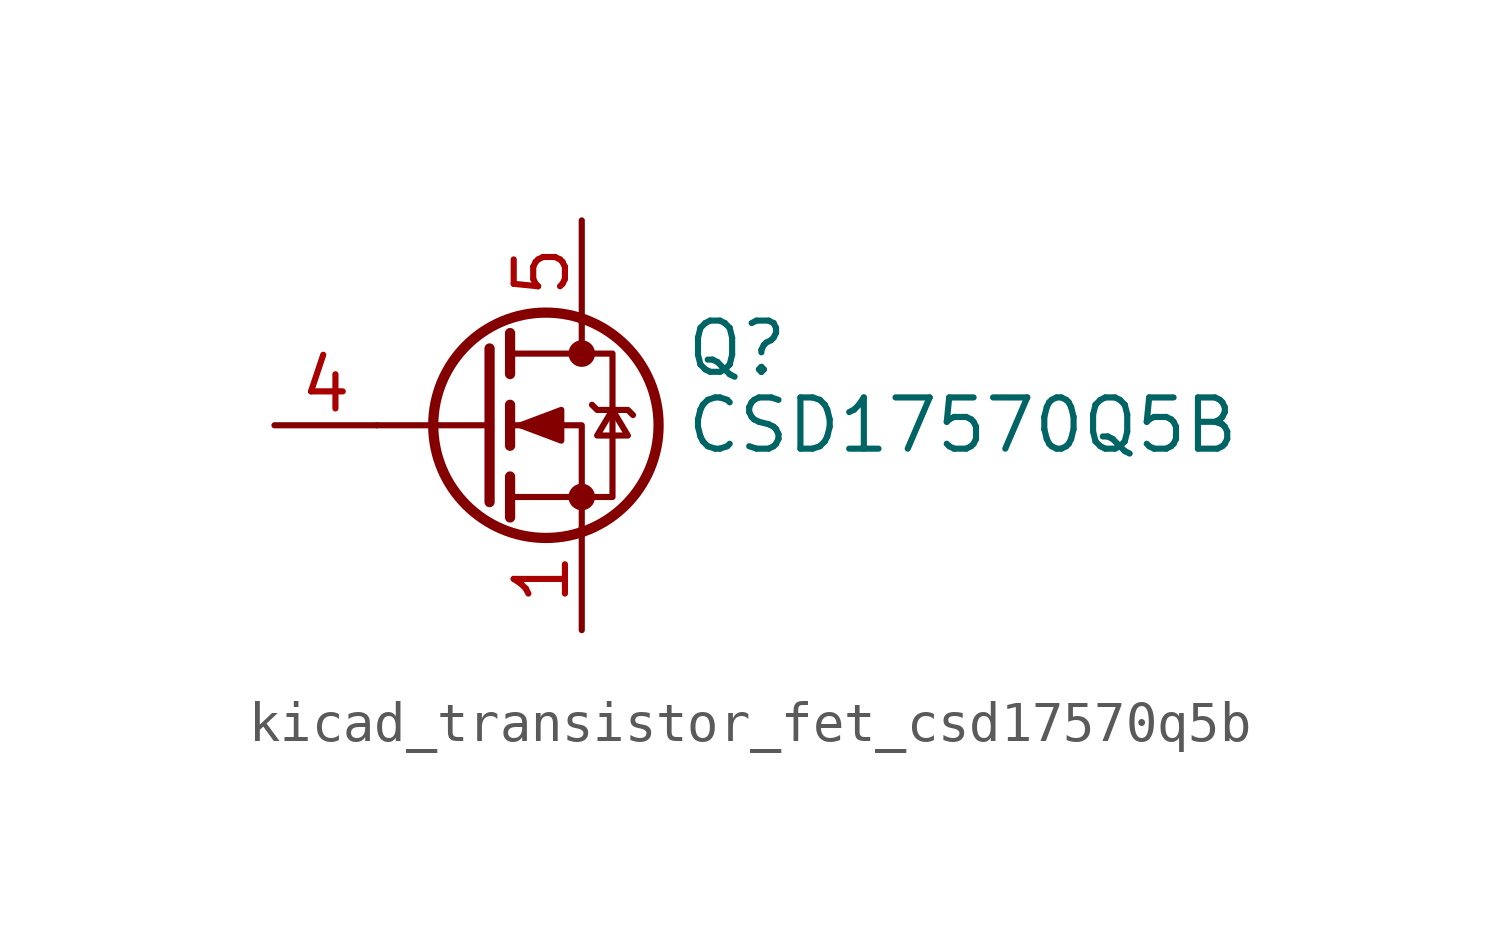
<source format=kicad_sym>
(kicad_symbol_lib
  (version 20220914)
  (generator kicad_symbol_editor)
  (symbol "kicad_transistor_fet_csd17570q5b"
    (pin_names hide)
    (property "Reference" "Q"
      (at 5.08 1.905 0)
      (effects (font (size 1.27 1.27)) (justify left)))
    (property "Value" "CSD17570Q5B"
      (at 5.08 0 0)
      (effects (font (size 1.27 1.27)) (justify left)))
    (symbol "kicad_transistor_fet_csd17570q5b_0_1"
      (polyline (pts (xy 0.254 0) (xy -2.54 0)) (stroke (width 0) (type default)) (fill (type none)))
      (polyline (pts (xy 0.254 1.905) (xy 0.254 -1.905)) (stroke (width 0.254) (type default)) (fill (type none)))
      (polyline (pts (xy 0.762 -1.27) (xy 0.762 -2.286)) (stroke (width 0.254) (type default)) (fill (type none)))
      (polyline (pts (xy 0.762 0.508) (xy 0.762 -0.508)) (stroke (width 0.254) (type default)) (fill (type none)))
      (polyline (pts (xy 0.762 2.286) (xy 0.762 1.27)) (stroke (width 0.254) (type default)) (fill (type none)))
      (polyline (pts (xy 2.54 2.54) (xy 2.54 1.778)) (stroke (width 0) (type default)) (fill (type none)))
      (polyline (pts (xy 2.54 -2.54) (xy 2.54 0) (xy 0.762 0)) (stroke (width 0) (type default)) (fill (type none)))
      (polyline (pts (xy 0.762 -1.778) (xy 3.302 -1.778) (xy 3.302 1.778) (xy 0.762 1.778)) (stroke (width 0) (type default)) (fill (type none)))
      (polyline (pts (xy 1.016 0) (xy 2.032 0.381) (xy 2.032 -0.381) (xy 1.016 0)) (stroke (width 0) (type default)) (fill (type outline)))
      (polyline (pts (xy 2.794 0.508) (xy 2.921 0.381) (xy 3.683 0.381) (xy 3.81 0.254)) (stroke (width 0) (type default)) (fill (type none)))
      (polyline (pts (xy 3.302 0.381) (xy 2.921 -0.254) (xy 3.683 -0.254) (xy 3.302 0.381)) (stroke (width 0) (type default)) (fill (type none)))
      (circle (center 1.651 0) (radius 2.794) (stroke (width 0.254) (type default)) (fill (type none)))
      (circle (center 2.54 -1.778) (radius 0.254) (stroke (width 0) (type default)) (fill (type outline)))
      (circle (center 2.54 1.778) (radius 0.254) (stroke (width 0) (type default)) (fill (type outline))))
    (symbol "kicad_transistor_fet_csd17570q5b_1_1"
      (pin passive line (at 2.54 -5.08 90) (length 2.54) (name "S" (effects (font (size 1.27 1.27)))) (number "1" (effects (font (size 1.27 1.27)))))
      (pin passive line (at 2.54 -5.08 90) (length 2.54) hide (name "S" (effects (font (size 1.27 1.27)))) (number "2" (effects (font (size 1.27 1.27)))))
      (pin passive line (at 2.54 -5.08 90) (length 2.54) hide (name "S" (effects (font (size 1.27 1.27)))) (number "3" (effects (font (size 1.27 1.27)))))
      (pin passive line (at -5.08 0 0) (length 2.54) (name "G" (effects (font (size 1.27 1.27)))) (number "4" (effects (font (size 1.27 1.27)))))
      (pin passive line (at 2.54 5.08 270) (length 2.54) (name "D" (effects (font (size 1.27 1.27)))) (number "5" (effects (font (size 1.27 1.27))))))))
</source>
